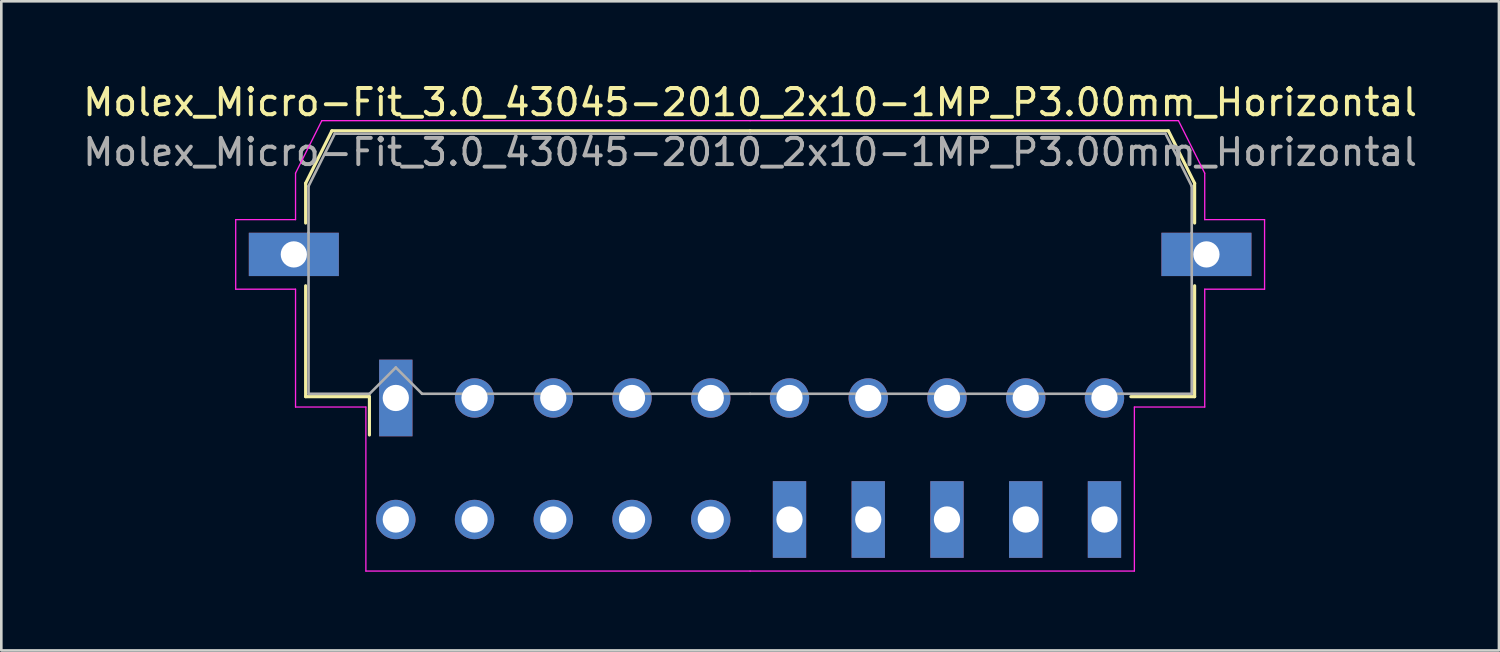
<source format=kicad_pcb>
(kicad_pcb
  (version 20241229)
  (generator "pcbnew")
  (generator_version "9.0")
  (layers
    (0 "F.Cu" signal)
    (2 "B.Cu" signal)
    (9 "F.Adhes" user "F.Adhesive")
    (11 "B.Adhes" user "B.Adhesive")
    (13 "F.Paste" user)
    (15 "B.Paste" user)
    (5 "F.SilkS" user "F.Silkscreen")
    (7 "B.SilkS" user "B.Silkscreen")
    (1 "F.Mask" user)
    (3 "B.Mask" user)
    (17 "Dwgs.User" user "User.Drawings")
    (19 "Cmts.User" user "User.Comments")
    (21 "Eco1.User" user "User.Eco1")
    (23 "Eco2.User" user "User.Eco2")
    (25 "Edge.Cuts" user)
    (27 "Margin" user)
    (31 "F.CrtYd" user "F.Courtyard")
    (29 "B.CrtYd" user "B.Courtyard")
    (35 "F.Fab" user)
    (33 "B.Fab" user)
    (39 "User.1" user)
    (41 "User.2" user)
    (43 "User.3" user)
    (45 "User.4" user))
  (footprint "Molex_Micro-Fit_3.0_43045-2010_2x10-1MP_P3.00mm_Horizontal"
    (layer "F.Cu")
    (at 25.53 14.428)
    (property "Reference" "Molex_Micro-Fit_3.0_43045-2010_2x10-1MP_P3.00mm_Horizontal" (at 0 -13.58 0) (layer "F.SilkS") (effects (font (size 1 1) (thickness 0.15))))
    (attr smd)
    (fp_line (start -16.935 -10.495) (end -16.935 -8.98) (stroke (width 0.12) (type solid)) (layer "F.SilkS"))
    (fp_line (start -16.935 -6.59) (end -16.935 -2.365) (stroke (width 0.12) (type solid)) (layer "F.SilkS"))
    (fp_line (start -16.935 -2.365) (end -14.505 -2.365) (stroke (width 0.12) (type solid)) (layer "F.SilkS"))
    (fp_line (start -15.935 -12.495) (end -16.935 -10.495) (stroke (width 0.12) (type solid)) (layer "F.SilkS"))
    (fp_line (start -14.505 -2.365) (end -14.505 -0.905) (stroke (width 0.12) (type solid)) (layer "F.SilkS"))
    (fp_line (start 0 -12.495) (end -15.935 -12.495) (stroke (width 0.12) (type solid)) (layer "F.SilkS"))
    (fp_line (start 0 -12.495) (end 15.935 -12.495) (stroke (width 0.12) (type solid)) (layer "F.SilkS"))
    (fp_line (start 15.935 -12.495) (end 16.935 -10.495) (stroke (width 0.12) (type solid)) (layer "F.SilkS"))
    (fp_line (start 16.935 -10.495) (end 16.935 -8.98) (stroke (width 0.12) (type solid)) (layer "F.SilkS"))
    (fp_line (start 16.935 -6.59) (end 16.935 -2.365) (stroke (width 0.12) (type solid)) (layer "F.SilkS"))
    (fp_line (start 16.935 -2.365) (end 14.505 -2.365) (stroke (width 0.12) (type solid)) (layer "F.SilkS"))
    (fp_line (start -19.6 -9.11) (end -19.6 -6.46) (stroke (width 0.05) (type solid)) (layer "F.CrtYd"))
    (fp_line (start -19.6 -6.46) (end -17.32 -6.46) (stroke (width 0.05) (type solid)) (layer "F.CrtYd"))
    (fp_line (start -17.32 -10.88) (end -17.32 -9.11) (stroke (width 0.05) (type solid)) (layer "F.CrtYd"))
    (fp_line (start -17.32 -9.11) (end -19.6 -9.11) (stroke (width 0.05) (type solid)) (layer "F.CrtYd"))
    (fp_line (start -17.32 -6.46) (end -17.32 -1.97) (stroke (width 0.05) (type solid)) (layer "F.CrtYd"))
    (fp_line (start -17.32 -1.97) (end -14.64 -1.97) (stroke (width 0.05) (type solid)) (layer "F.CrtYd"))
    (fp_line (start -16.32 -12.88) (end -17.32 -10.88) (stroke (width 0.05) (type solid)) (layer "F.CrtYd"))
    (fp_line (start -14.64 -1.97) (end -14.64 4.28) (stroke (width 0.05) (type solid)) (layer "F.CrtYd"))
    (fp_line (start -14.64 4.28) (end 0 4.28) (stroke (width 0.05) (type solid)) (layer "F.CrtYd"))
    (fp_line (start 0 -12.88) (end -16.32 -12.88) (stroke (width 0.05) (type solid)) (layer "F.CrtYd"))
    (fp_line (start 0 -12.88) (end 16.32 -12.88) (stroke (width 0.05) (type solid)) (layer "F.CrtYd"))
    (fp_line (start 14.64 -1.97) (end 14.64 4.28) (stroke (width 0.05) (type solid)) (layer "F.CrtYd"))
    (fp_line (start 14.64 4.28) (end 0 4.28) (stroke (width 0.05) (type solid)) (layer "F.CrtYd"))
    (fp_line (start 16.32 -12.88) (end 17.32 -10.88) (stroke (width 0.05) (type solid)) (layer "F.CrtYd"))
    (fp_line (start 17.32 -10.88) (end 17.32 -9.11) (stroke (width 0.05) (type solid)) (layer "F.CrtYd"))
    (fp_line (start 17.32 -9.11) (end 19.6 -9.11) (stroke (width 0.05) (type solid)) (layer "F.CrtYd"))
    (fp_line (start 17.32 -6.46) (end 17.32 -1.97) (stroke (width 0.05) (type solid)) (layer "F.CrtYd"))
    (fp_line (start 17.32 -1.97) (end 14.64 -1.97) (stroke (width 0.05) (type solid)) (layer "F.CrtYd"))
    (fp_line (start 19.6 -9.11) (end 19.6 -6.46) (stroke (width 0.05) (type solid)) (layer "F.CrtYd"))
    (fp_line (start 19.6 -6.46) (end 17.32 -6.46) (stroke (width 0.05) (type solid)) (layer "F.CrtYd"))
    (fp_line (start -16.825 -10.385) (end -16.825 -8.61) (stroke (width 0.1) (type solid)) (layer "F.Fab"))
    (fp_line (start -16.825 -8.61) (end -16.825 -2.475) (stroke (width 0.1) (type solid)) (layer "F.Fab"))
    (fp_line (start -16.825 -2.475) (end -14.5 -2.475) (stroke (width 0.1) (type solid)) (layer "F.Fab"))
    (fp_line (start -15.825 -12.385) (end -16.825 -10.385) (stroke (width 0.1) (type solid)) (layer "F.Fab"))
    (fp_line (start -14.5 -2.475) (end -13.5 -3.475) (stroke (width 0.1) (type solid)) (layer "F.Fab"))
    (fp_line (start -13.5 -3.475) (end -12.5 -2.475) (stroke (width 0.1) (type solid)) (layer "F.Fab"))
    (fp_line (start -12.5 -2.475) (end 0 -2.475) (stroke (width 0.1) (type solid)) (layer "F.Fab"))
    (fp_line (start 0 -12.385) (end -15.825 -12.385) (stroke (width 0.1) (type solid)) (layer "F.Fab"))
    (fp_line (start 0 -12.385) (end 15.825 -12.385) (stroke (width 0.1) (type solid)) (layer "F.Fab"))
    (fp_line (start 14.135 -2.475) (end 0 -2.475) (stroke (width 0.1) (type solid)) (layer "F.Fab"))
    (fp_line (start 15.825 -12.385) (end 16.825 -10.385) (stroke (width 0.1) (type solid)) (layer "F.Fab"))
    (fp_line (start 16.825 -10.385) (end 16.825 -8.61) (stroke (width 0.1) (type solid)) (layer "F.Fab"))
    (fp_line (start 16.825 -8.61) (end 16.825 -2.475) (stroke (width 0.1) (type solid)) (layer "F.Fab"))
    (fp_line (start 16.825 -2.475) (end 14.135 -2.475) (stroke (width 0.1) (type solid)) (layer "F.Fab"))
    (fp_text user "${REFERENCE}" (at 0 -11.68 0) (layer "F.Fab") (effects (font (size 1 1) (thickness 0.15))))
    (pad "" np_thru_hole rect (at -17.385 -7.785) (size 3.43 1.65) (drill 1) (layers "*.Cu" "*.Mask"))
    (pad "" np_thru_hole rect (at 17.385 -7.785) (size 3.43 1.65) (drill 1) (layers "*.Cu" "*.Mask"))
    (pad "1" thru_hole rect (at -13.5 -2.315) (size 1.27 2.92) (drill 1) (layers "*.Cu" "*.Mask"))
    (pad "2" thru_hole circle (at -10.5 -2.315) (size 1.5 1.5) (drill 1) (layers "*.Cu" "*.Mask"))
    (pad "3" thru_hole circle (at -7.5 -2.315) (size 1.5 1.5) (drill 1) (layers "*.Cu" "*.Mask"))
    (pad "4" thru_hole circle (at -4.5 -2.315) (size 1.5 1.5) (drill 1) (layers "*.Cu" "*.Mask"))
    (pad "5" thru_hole circle (at -1.5 -2.315) (size 1.5 1.5) (drill 1) (layers "*.Cu" "*.Mask"))
    (pad "6" thru_hole circle (at 1.5 -2.315) (size 1.5 1.5) (drill 1) (layers "*.Cu" "*.Mask"))
    (pad "7" thru_hole circle (at 4.5 -2.315) (size 1.5 1.5) (drill 1) (layers "*.Cu" "*.Mask"))
    (pad "8" thru_hole circle (at 7.5 -2.315) (size 1.5 1.5) (drill 1) (layers "*.Cu" "*.Mask"))
    (pad "9" thru_hole circle (at 10.5 -2.315) (size 1.5 1.5) (drill 1) (layers "*.Cu" "*.Mask"))
    (pad "10" thru_hole circle (at 13.5 -2.315) (size 1.5 1.5) (drill 1) (layers "*.Cu" "*.Mask"))
    (pad "11" thru_hole circle (at -13.5 2.315) (size 1.5 1.5) (drill 1) (layers "*.Cu" "*.Mask"))
    (pad "12" thru_hole circle (at -10.5 2.315) (size 1.5 1.5) (drill 1) (layers "*.Cu" "*.Mask"))
    (pad "13" thru_hole circle (at -7.5 2.315) (size 1.5 1.5) (drill 1) (layers "*.Cu" "*.Mask"))
    (pad "14" thru_hole circle (at -4.5 2.315) (size 1.5 1.5) (drill 1) (layers "*.Cu" "*.Mask"))
    (pad "15" thru_hole circle (at -1.5 2.315) (size 1.5 1.5) (drill 1) (layers "*.Cu" "*.Mask"))
    (pad "16" thru_hole rect (at 1.5 2.315) (size 1.27 2.92) (drill 1) (layers "*.Cu" "*.Mask"))
    (pad "17" thru_hole rect (at 4.5 2.315) (size 1.27 2.92) (drill 1) (layers "*.Cu" "*.Mask"))
    (pad "18" thru_hole rect (at 7.5 2.315) (size 1.27 2.92) (drill 1) (layers "*.Cu" "*.Mask"))
    (pad "19" thru_hole rect (at 10.5 2.315) (size 1.27 2.92) (drill 1) (layers "*.Cu" "*.Mask"))
    (pad "20" thru_hole rect (at 13.5 2.315) (size 1.27 2.92) (drill 1) (layers "*.Cu" "*.Mask")))
  (gr_rect
    (start -3 -3)
    (end 54.06 21.733)
    (stroke (width 0.1) (type default))
    (fill no)
    (layer "Edge.Cuts")))
</source>
